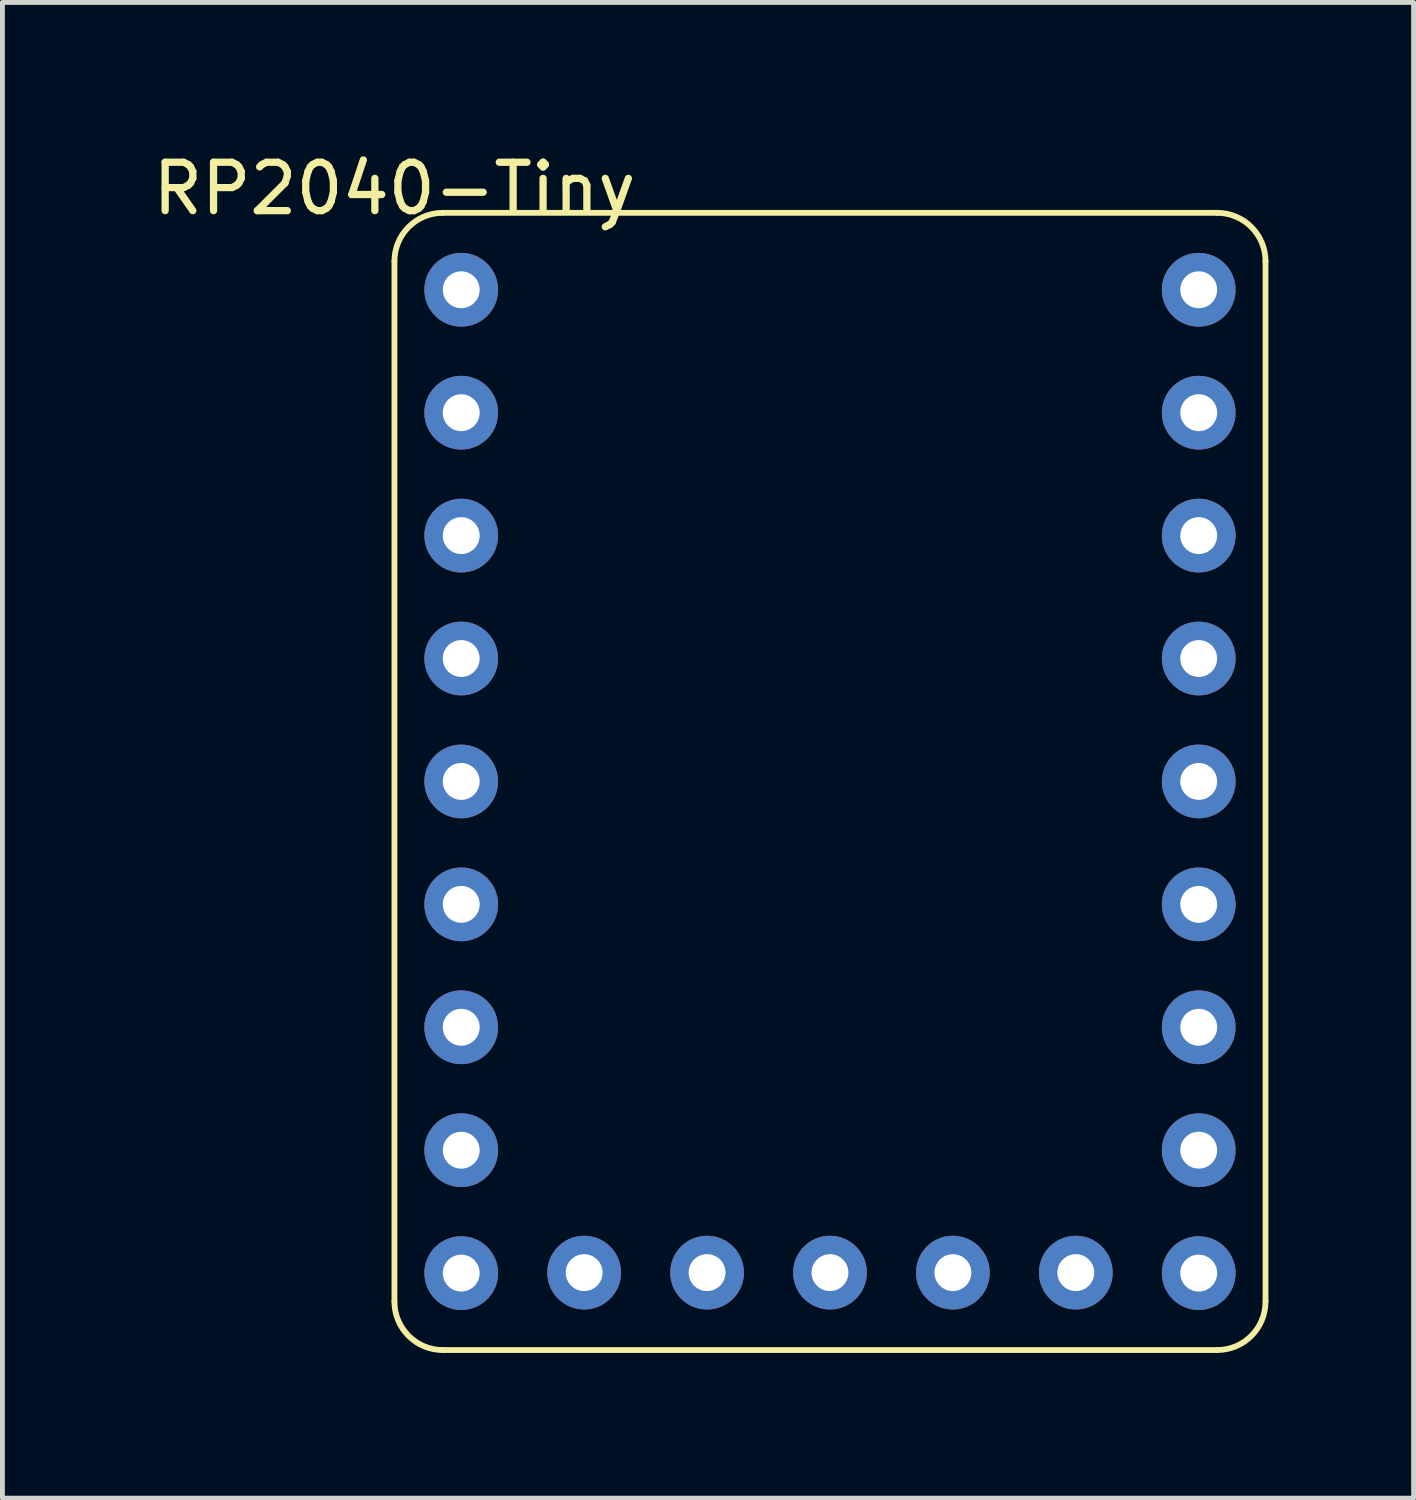
<source format=kicad_pcb>
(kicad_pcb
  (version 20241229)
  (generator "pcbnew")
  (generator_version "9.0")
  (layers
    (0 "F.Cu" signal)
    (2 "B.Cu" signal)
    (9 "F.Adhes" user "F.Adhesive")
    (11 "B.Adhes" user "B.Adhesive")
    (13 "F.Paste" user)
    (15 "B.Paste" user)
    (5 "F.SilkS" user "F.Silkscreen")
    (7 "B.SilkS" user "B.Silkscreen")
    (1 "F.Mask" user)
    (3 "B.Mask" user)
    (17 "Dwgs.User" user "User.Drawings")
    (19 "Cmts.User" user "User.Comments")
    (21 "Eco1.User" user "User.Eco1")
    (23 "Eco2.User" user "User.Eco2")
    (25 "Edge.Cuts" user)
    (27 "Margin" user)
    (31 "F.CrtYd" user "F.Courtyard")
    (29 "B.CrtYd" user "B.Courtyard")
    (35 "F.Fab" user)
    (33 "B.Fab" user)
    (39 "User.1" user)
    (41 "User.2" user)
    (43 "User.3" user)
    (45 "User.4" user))
  (footprint "RP2040-Tiny"
    (layer "F.Cu")
    (at 5.101 1.348)
    (property "Reference" "RP2040-Tiny" (at 0 -0.5 0) (unlocked yes) (layer "F.SilkS") (effects (font (size 1 1) (thickness 0.15))))
    (attr through_hole)
    (fp_line (start 0 22.5) (end 0 1) (stroke (width 0.12) (type default)) (layer "F.SilkS"))
    (fp_line (start 1 0) (end 17 0) (stroke (width 0.12) (type default)) (layer "F.SilkS"))
    (fp_line (start 17 23.5) (end 1 23.5) (stroke (width 0.12) (type default)) (layer "F.SilkS"))
    (fp_line (start 18 1) (end 18 22.5) (stroke (width 0.12) (type default)) (layer "F.SilkS"))
    (fp_arc (start 0 1) (mid 0.292893 0.292893) (end 1 0) (stroke (width 0.12) (type default)) (layer "F.SilkS"))
    (fp_arc (start 1 23.5) (mid 0.292893 23.207107) (end 0 22.5) (stroke (width 0.12) (type default)) (layer "F.SilkS"))
    (fp_arc (start 17 0) (mid 17.707107 0.292893) (end 18 1) (stroke (width 0.12) (type default)) (layer "F.SilkS"))
    (fp_arc (start 18 22.5) (mid 17.707107 23.207107) (end 17 23.5) (stroke (width 0.12) (type default)) (layer "F.SilkS"))
    (pad "1" thru_hole circle (at 16.62 1.59) (size 1.524 1.524) (drill 0.762) (layers "*.Cu" "*.Mask"))
    (pad "2" thru_hole circle (at 16.62 4.13) (size 1.524 1.524) (drill 0.762) (layers "*.Cu" "*.Mask"))
    (pad "3" thru_hole circle (at 16.62 6.67) (size 1.524 1.524) (drill 0.762) (layers "*.Cu" "*.Mask"))
    (pad "4" thru_hole circle (at 16.62 9.21) (size 1.524 1.524) (drill 0.762) (layers "*.Cu" "*.Mask"))
    (pad "5" thru_hole circle (at 16.62 11.75) (size 1.524 1.524) (drill 0.762) (layers "*.Cu" "*.Mask"))
    (pad "6" thru_hole circle (at 16.62 14.29) (size 1.524 1.524) (drill 0.762) (layers "*.Cu" "*.Mask"))
    (pad "7" thru_hole circle (at 16.62 16.83) (size 1.524 1.524) (drill 0.762) (layers "*.Cu" "*.Mask"))
    (pad "8" thru_hole circle (at 16.62 19.37) (size 1.524 1.524) (drill 0.762) (layers "*.Cu" "*.Mask"))
    (pad "9" thru_hole circle (at 16.62 21.91) (size 1.524 1.524) (drill 0.762) (layers "*.Cu" "*.Mask"))
    (pad "10" thru_hole circle (at 1.38 21.91) (size 1.524 1.524) (drill 0.762) (layers "*.Cu" "*.Mask"))
    (pad "11" thru_hole circle (at 1.38 19.37) (size 1.524 1.524) (drill 0.762) (layers "*.Cu" "*.Mask"))
    (pad "12" thru_hole circle (at 1.38 16.83) (size 1.524 1.524) (drill 0.762) (layers "*.Cu" "*.Mask"))
    (pad "13" thru_hole circle (at 1.38 14.29) (size 1.524 1.524) (drill 0.762) (layers "*.Cu" "*.Mask"))
    (pad "14" thru_hole circle (at 1.38 11.75) (size 1.524 1.524) (drill 0.762) (layers "*.Cu" "*.Mask"))
    (pad "15" thru_hole circle (at 1.38 9.21) (size 1.524 1.524) (drill 0.762) (layers "*.Cu" "*.Mask"))
    (pad "16" thru_hole circle (at 1.38 6.67) (size 1.524 1.524) (drill 0.762) (layers "*.Cu" "*.Mask"))
    (pad "17" thru_hole circle (at 1.38 4.13) (size 1.524 1.524) (drill 0.762) (layers "*.Cu" "*.Mask"))
    (pad "18" thru_hole circle (at 1.38 1.59) (size 1.524 1.524) (drill 0.762) (layers "*.Cu" "*.Mask"))
    (pad "19" thru_hole circle (at 14.08 21.9) (size 1.524 1.524) (drill 0.762) (layers "*.Cu" "*.Mask"))
    (pad "20" thru_hole circle (at 11.54 21.9) (size 1.524 1.524) (drill 0.762) (layers "*.Cu" "*.Mask"))
    (pad "21" thru_hole circle (at 9 21.9) (size 1.524 1.524) (drill 0.762) (layers "*.Cu" "*.Mask"))
    (pad "22" thru_hole circle (at 6.46 21.9) (size 1.524 1.524) (drill 0.762) (layers "*.Cu" "*.Mask"))
    (pad "23" thru_hole circle (at 3.92 21.9) (size 1.524 1.524) (drill 0.762) (layers "*.Cu" "*.Mask")))
  (gr_rect
    (start -3 -3)
    (end 26.161 27.908)
    (stroke (width 0.1) (type default))
    (fill no)
    (layer "Edge.Cuts")))
</source>
